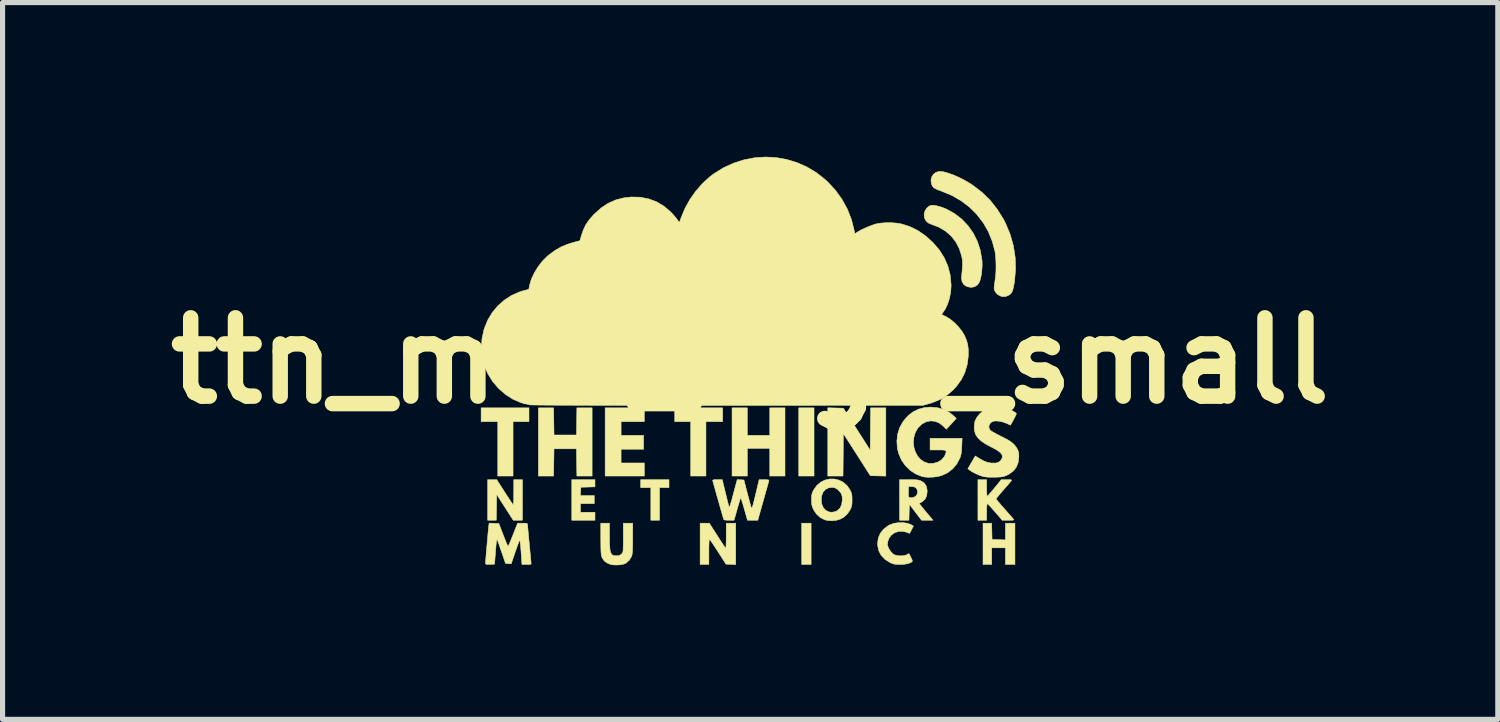
<source format=kicad_pcb>
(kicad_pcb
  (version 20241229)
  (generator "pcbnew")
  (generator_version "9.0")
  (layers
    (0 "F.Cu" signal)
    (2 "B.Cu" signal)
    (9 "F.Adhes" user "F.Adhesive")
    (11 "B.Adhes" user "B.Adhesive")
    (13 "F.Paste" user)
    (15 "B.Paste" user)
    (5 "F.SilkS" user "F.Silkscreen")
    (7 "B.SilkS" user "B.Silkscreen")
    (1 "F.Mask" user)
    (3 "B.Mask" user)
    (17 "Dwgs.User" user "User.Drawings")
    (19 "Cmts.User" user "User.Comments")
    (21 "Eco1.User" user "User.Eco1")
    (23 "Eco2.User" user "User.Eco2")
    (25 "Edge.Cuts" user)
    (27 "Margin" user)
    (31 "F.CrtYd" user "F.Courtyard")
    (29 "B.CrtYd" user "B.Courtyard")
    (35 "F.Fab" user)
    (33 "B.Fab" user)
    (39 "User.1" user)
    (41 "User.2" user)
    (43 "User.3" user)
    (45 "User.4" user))
  (footprint "ttn_muc_logo_small"
    (layer "F.Cu")
    (at 11.546 3.968)
    (property "Reference" "ttn_muc_logo_small" (at 0 0 0) (layer "F.SilkS") (effects (font (size 1.524 1.524) (thickness 0.3))))
    (attr through_hole)
    (fp_poly (pts (xy 1.185 3.965) (xy 1.002 3.965) (xy 1.002 3.161) (xy 1.185 3.161) (xy 1.185 3.965)) (stroke (width 0.01) (type solid)) (fill yes) (layer "F.SilkS"))
    (fp_poly (pts (xy 1.242 2.244) (xy 0.945 2.244) (xy 0.945 0.917) (xy 1.242 0.917) (xy 1.242 2.244)) (stroke (width 0.01) (type solid)) (fill yes) (layer "F.SilkS"))
    (fp_poly (pts (xy -4.304 1.185) (xy -4.614 1.185) (xy -4.614 2.244) (xy -4.911 2.244) (xy -4.911 1.185) (xy -5.235 1.185) (xy -5.235 0.917) (xy -4.304 0.917) (xy -4.304 1.185)) (stroke (width 0.01) (type solid)) (fill yes) (layer "F.SilkS"))
    (fp_poly (pts (xy -1.58 2.469) (xy -1.764 2.469) (xy -1.764 3.104) (xy -1.933 3.104) (xy -1.933 2.469) (xy -2.131 2.469) (xy -2.131 2.314) (xy -1.58 2.314) (xy -1.58 2.469)) (stroke (width 0.01) (type solid)) (fill yes) (layer "F.SilkS"))
    (fp_poly (pts (xy -0.536 1.185) (xy -0.861 1.185) (xy -0.861 2.244) (xy -1.157 2.244) (xy -1.157 1.185) (xy -1.468 1.185) (xy -1.468 0.917) (xy -0.536 0.917) (xy -0.536 1.185)) (stroke (width 0.01) (type solid)) (fill yes) (layer "F.SilkS"))
    (fp_poly (pts (xy -2.06 1.185) (xy -2.512 1.185) (xy -2.512 1.453) (xy -2.074 1.453) (xy -2.074 1.722) (xy -2.512 1.722) (xy -2.512 1.99) (xy -2.06 1.99) (xy -2.06 2.244) (xy -2.822 2.244) (xy -2.822 0.917) (xy -2.06 0.917) (xy -2.06 1.185)) (stroke (width 0.01) (type solid)) (fill yes) (layer "F.SilkS"))
    (fp_poly (pts (xy -0.056 1.453) (xy 0.381 1.453) (xy 0.381 0.917) (xy 0.677 0.917) (xy 0.677 2.244) (xy 0.381 2.244) (xy 0.381 1.707) (xy -0.056 1.707) (xy -0.056 2.244) (xy -0.353 2.244) (xy -0.353 0.917) (xy -0.056 0.917) (xy -0.056 1.453)) (stroke (width 0.01) (type solid)) (fill yes) (layer "F.SilkS"))
    (fp_poly (pts (xy -3.02 2.454) (xy -3.157 2.458) (xy -3.295 2.462) (xy -3.303 2.625) (xy -3.034 2.625) (xy -3.034 2.78) (xy -3.302 2.78) (xy -3.302 2.949) (xy -3.02 2.949) (xy -3.02 3.104) (xy -3.471 3.104) (xy -3.471 2.314) (xy -3.02 2.314) (xy -3.02 2.454)) (stroke (width 0.01) (type solid)) (fill yes) (layer "F.SilkS"))
    (fp_poly (pts (xy 4.702 3.32) (xy 4.706 3.478) (xy 4.967 3.487) (xy 4.967 3.161) (xy 5.151 3.161) (xy 5.151 3.965) (xy 4.967 3.965) (xy 4.967 3.641) (xy 4.699 3.641) (xy 4.699 3.965) (xy 4.53 3.965) (xy 4.53 3.161) (xy 4.698 3.161) (xy 4.702 3.32)) (stroke (width 0.01) (type solid)) (fill yes) (layer "F.SilkS"))
    (fp_poly (pts (xy -3.821 1.182) (xy -3.817 1.446) (xy -3.38 1.446) (xy -3.376 1.182) (xy -3.372 0.917) (xy -3.076 0.917) (xy -3.076 2.244) (xy -3.372 2.244) (xy -3.376 1.979) (xy -3.38 1.714) (xy -3.817 1.714) (xy -3.821 1.979) (xy -3.825 2.244) (xy -4.12 2.244) (xy -4.12 0.917) (xy -3.825 0.917) (xy -3.821 1.182)) (stroke (width 0.01) (type solid)) (fill yes) (layer "F.SilkS"))
    (fp_poly (pts (xy 1.661 0.92) (xy 1.812 0.924) (xy 2.074 1.333) (xy 2.335 1.742) (xy 2.339 1.33) (xy 2.343 0.917) (xy 2.639 0.917) (xy 2.639 2.245) (xy 2.488 2.241) (xy 2.337 2.237) (xy 2.075 1.827) (xy 1.813 1.418) (xy 1.81 1.831) (xy 1.806 2.244) (xy 1.51 2.244) (xy 1.51 0.916) (xy 1.661 0.92)) (stroke (width 0.01) (type solid)) (fill yes) (layer "F.SilkS"))
    (fp_poly (pts (xy -4.777 2.555) (xy -4.73 2.628) (xy -4.687 2.693) (xy -4.652 2.746) (xy -4.626 2.784) (xy -4.613 2.802) (xy -4.612 2.803) (xy -4.608 2.792) (xy -4.605 2.757) (xy -4.602 2.702) (xy -4.601 2.633) (xy -4.6 2.562) (xy -4.6 2.314) (xy -4.431 2.314) (xy -4.431 3.104) (xy -4.61 3.104) (xy -4.932 2.603) (xy -4.936 2.854) (xy -4.94 3.104) (xy -5.108 3.104) (xy -5.108 2.314) (xy -4.932 2.314) (xy -4.777 2.555)) (stroke (width 0.01) (type solid)) (fill yes) (layer "F.SilkS"))
    (fp_poly (pts (xy -0.641 3.402) (xy -0.594 3.476) (xy -0.551 3.541) (xy -0.516 3.594) (xy -0.491 3.631) (xy -0.477 3.649) (xy -0.476 3.65) (xy -0.473 3.639) (xy -0.47 3.604) (xy -0.468 3.549) (xy -0.466 3.479) (xy -0.466 3.409) (xy -0.466 3.161) (xy -0.282 3.161) (xy -0.282 3.967) (xy -0.377 3.962) (xy -0.471 3.958) (xy -0.627 3.715) (xy -0.675 3.642) (xy -0.717 3.577) (xy -0.753 3.525) (xy -0.779 3.489) (xy -0.792 3.472) (xy -0.794 3.472) (xy -0.797 3.485) (xy -0.8 3.522) (xy -0.802 3.578) (xy -0.804 3.649) (xy -0.804 3.718) (xy -0.804 3.965) (xy -0.974 3.965) (xy -0.974 3.161) (xy -0.796 3.161) (xy -0.641 3.402)) (stroke (width 0.01) (type solid)) (fill yes) (layer "F.SilkS"))
    (fp_poly (pts (xy 3.632 -3.013) (xy 3.706 -2.993) (xy 3.783 -2.965) (xy 3.816 -2.951) (xy 3.974 -2.864) (xy 4.115 -2.756) (xy 4.236 -2.629) (xy 4.338 -2.485) (xy 4.418 -2.327) (xy 4.475 -2.156) (xy 4.507 -1.974) (xy 4.511 -1.94) (xy 4.513 -1.85) (xy 4.507 -1.754) (xy 4.495 -1.661) (xy 4.477 -1.58) (xy 4.46 -1.53) (xy 4.422 -1.475) (xy 4.367 -1.44) (xy 4.302 -1.427) (xy 4.232 -1.438) (xy 4.209 -1.446) (xy 4.154 -1.484) (xy 4.122 -1.539) (xy 4.111 -1.61) (xy 4.113 -1.637) (xy 4.123 -1.739) (xy 4.129 -1.82) (xy 4.131 -1.883) (xy 4.13 -1.936) (xy 4.125 -1.983) (xy 4.116 -2.03) (xy 4.115 -2.034) (xy 4.068 -2.182) (xy 3.999 -2.314) (xy 3.908 -2.428) (xy 3.797 -2.524) (xy 3.667 -2.6) (xy 3.54 -2.648) (xy 3.467 -2.679) (xy 3.418 -2.724) (xy 3.389 -2.784) (xy 3.389 -2.785) (xy 3.384 -2.849) (xy 3.4 -2.912) (xy 3.433 -2.967) (xy 3.48 -3.007) (xy 3.522 -3.023) (xy 3.568 -3.024) (xy 3.632 -3.013)) (stroke (width 0.01) (type solid)) (fill yes) (layer "F.SilkS"))
    (fp_poly (pts (xy 3.17 2.315) (xy 3.228 2.317) (xy 3.269 2.322) (xy 3.3 2.33) (xy 3.328 2.342) (xy 3.331 2.343) (xy 3.389 2.383) (xy 3.425 2.437) (xy 3.441 2.508) (xy 3.443 2.548) (xy 3.433 2.631) (xy 3.403 2.694) (xy 3.35 2.742) (xy 3.337 2.75) (xy 3.307 2.766) (xy 3.29 2.775) (xy 3.29 2.776) (xy 3.296 2.787) (xy 3.318 2.816) (xy 3.352 2.859) (xy 3.396 2.912) (xy 3.421 2.942) (xy 3.557 3.104) (xy 3.334 3.104) (xy 3.216 2.949) (xy 3.097 2.793) (xy 3.089 3.104) (xy 2.907 3.104) (xy 2.907 2.589) (xy 3.078 2.589) (xy 3.079 2.629) (xy 3.082 2.648) (xy 3.102 2.664) (xy 3.137 2.668) (xy 3.177 2.66) (xy 3.214 2.641) (xy 3.225 2.632) (xy 3.254 2.586) (xy 3.257 2.534) (xy 3.236 2.485) (xy 3.234 2.483) (xy 3.206 2.46) (xy 3.164 2.451) (xy 3.146 2.45) (xy 3.083 2.448) (xy 3.079 2.539) (xy 3.078 2.589) (xy 2.907 2.589) (xy 2.907 2.314) (xy 3.091 2.314) (xy 3.17 2.315)) (stroke (width 0.01) (type solid)) (fill yes) (layer "F.SilkS"))
    (fp_poly (pts (xy -2.737 3.411) (xy -2.737 3.526) (xy -2.733 3.616) (xy -2.727 3.683) (xy -2.715 3.731) (xy -2.698 3.764) (xy -2.675 3.783) (xy -2.643 3.793) (xy -2.602 3.796) (xy -2.597 3.796) (xy -2.546 3.789) (xy -2.507 3.765) (xy -2.504 3.761) (xy -2.492 3.749) (xy -2.484 3.736) (xy -2.477 3.718) (xy -2.473 3.691) (xy -2.471 3.651) (xy -2.47 3.593) (xy -2.469 3.515) (xy -2.469 3.444) (xy -2.469 3.161) (xy -2.286 3.161) (xy -2.286 3.458) (xy -2.286 3.564) (xy -2.288 3.646) (xy -2.291 3.707) (xy -2.295 3.752) (xy -2.301 3.785) (xy -2.308 3.807) (xy -2.353 3.882) (xy -2.416 3.937) (xy -2.432 3.947) (xy -2.479 3.962) (xy -2.543 3.972) (xy -2.613 3.975) (xy -2.678 3.971) (xy -2.727 3.96) (xy -2.795 3.929) (xy -2.842 3.892) (xy -2.875 3.843) (xy -2.88 3.834) (xy -2.888 3.811) (xy -2.895 3.785) (xy -2.9 3.752) (xy -2.903 3.708) (xy -2.905 3.647) (xy -2.906 3.567) (xy -2.907 3.468) (xy -2.907 3.161) (xy -2.738 3.161) (xy -2.737 3.411)) (stroke (width 0.01) (type solid)) (fill yes) (layer "F.SilkS"))
    (fp_poly (pts (xy 3.06 3.163) (xy 3.131 3.19) (xy 3.143 3.197) (xy 3.175 3.218) (xy 3.14 3.288) (xy 3.119 3.327) (xy 3.104 3.352) (xy 3.099 3.358) (xy 3.084 3.354) (xy 3.053 3.341) (xy 3.043 3.337) (xy 2.962 3.318) (xy 2.879 3.323) (xy 2.802 3.352) (xy 2.745 3.394) (xy 2.703 3.45) (xy 2.678 3.515) (xy 2.671 3.579) (xy 2.674 3.598) (xy 2.695 3.652) (xy 2.73 3.707) (xy 2.772 3.753) (xy 2.805 3.776) (xy 2.86 3.792) (xy 2.927 3.797) (xy 2.993 3.792) (xy 3.046 3.776) (xy 3.046 3.776) (xy 3.09 3.753) (xy 3.127 3.827) (xy 3.147 3.868) (xy 3.155 3.892) (xy 3.152 3.907) (xy 3.138 3.919) (xy 3.081 3.945) (xy 2.999 3.961) (xy 2.906 3.965) (xy 2.843 3.963) (xy 2.795 3.956) (xy 2.748 3.939) (xy 2.712 3.922) (xy 2.619 3.862) (xy 2.548 3.786) (xy 2.501 3.697) (xy 2.48 3.596) (xy 2.478 3.556) (xy 2.492 3.452) (xy 2.532 3.358) (xy 2.596 3.277) (xy 2.683 3.211) (xy 2.714 3.194) (xy 2.792 3.165) (xy 2.882 3.151) (xy 2.974 3.15) (xy 3.06 3.163)) (stroke (width 0.01) (type solid)) (fill yes) (layer "F.SilkS"))
    (fp_poly (pts (xy 4.6 2.477) (xy 4.601 2.54) (xy 4.603 2.592) (xy 4.607 2.627) (xy 4.611 2.638) (xy 4.623 2.627) (xy 4.65 2.599) (xy 4.687 2.556) (xy 4.732 2.502) (xy 4.754 2.476) (xy 4.886 2.314) (xy 4.992 2.314) (xy 5.045 2.315) (xy 5.075 2.317) (xy 5.086 2.323) (xy 5.083 2.333) (xy 5.078 2.339) (xy 5.062 2.358) (xy 5.032 2.394) (xy 4.99 2.442) (xy 4.942 2.498) (xy 4.921 2.521) (xy 4.873 2.577) (xy 4.832 2.626) (xy 4.802 2.663) (xy 4.786 2.685) (xy 4.784 2.689) (xy 4.793 2.702) (xy 4.817 2.732) (xy 4.855 2.776) (xy 4.901 2.831) (xy 4.942 2.876) (xy 4.996 2.938) (xy 5.044 2.993) (xy 5.084 3.038) (xy 5.111 3.069) (xy 5.12 3.08) (xy 5.128 3.092) (xy 5.125 3.099) (xy 5.106 3.103) (xy 5.067 3.104) (xy 5.022 3.104) (xy 4.904 3.104) (xy 4.764 2.942) (xy 4.715 2.886) (xy 4.672 2.838) (xy 4.638 2.802) (xy 4.617 2.783) (xy 4.613 2.78) (xy 4.608 2.793) (xy 4.604 2.829) (xy 4.601 2.882) (xy 4.6 2.942) (xy 4.6 3.104) (xy 4.431 3.104) (xy 4.431 2.314) (xy 4.6 2.314) (xy 4.6 2.477)) (stroke (width 0.01) (type solid)) (fill yes) (layer "F.SilkS"))
    (fp_poly (pts (xy 1.639 2.302) (xy 1.729 2.324) (xy 1.813 2.367) (xy 1.886 2.432) (xy 1.944 2.517) (xy 1.964 2.559) (xy 1.975 2.598) (xy 1.981 2.644) (xy 1.982 2.708) (xy 1.982 2.709) (xy 1.981 2.774) (xy 1.975 2.821) (xy 1.964 2.859) (xy 1.945 2.9) (xy 1.892 2.979) (xy 1.827 3.04) (xy 1.764 3.077) (xy 1.687 3.103) (xy 1.598 3.114) (xy 1.508 3.109) (xy 1.45 3.095) (xy 1.363 3.051) (xy 1.289 2.983) (xy 1.232 2.896) (xy 1.211 2.848) (xy 1.199 2.804) (xy 1.194 2.753) (xy 1.193 2.704) (xy 1.383 2.704) (xy 1.393 2.79) (xy 1.423 2.86) (xy 1.47 2.912) (xy 1.532 2.942) (xy 1.587 2.949) (xy 1.658 2.936) (xy 1.695 2.917) (xy 1.747 2.868) (xy 1.779 2.802) (xy 1.792 2.717) (xy 1.792 2.701) (xy 1.789 2.641) (xy 1.777 2.598) (xy 1.76 2.568) (xy 1.706 2.507) (xy 1.646 2.472) (xy 1.599 2.464) (xy 1.523 2.474) (xy 1.461 2.507) (xy 1.416 2.561) (xy 1.389 2.634) (xy 1.383 2.704) (xy 1.193 2.704) (xy 1.193 2.702) (xy 1.194 2.64) (xy 1.201 2.595) (xy 1.214 2.555) (xy 1.235 2.514) (xy 1.296 2.428) (xy 1.371 2.365) (xy 1.455 2.322) (xy 1.546 2.301) (xy 1.639 2.302)) (stroke (width 0.01) (type solid)) (fill yes) (layer "F.SilkS"))
    (fp_poly (pts (xy 3.763 -3.675) (xy 3.85 -3.651) (xy 3.951 -3.615) (xy 4.059 -3.568) (xy 4.169 -3.512) (xy 4.276 -3.449) (xy 4.327 -3.416) (xy 4.507 -3.279) (xy 4.669 -3.12) (xy 4.81 -2.942) (xy 4.931 -2.746) (xy 4.967 -2.676) (xy 5.058 -2.459) (xy 5.121 -2.236) (xy 5.156 -2.009) (xy 5.163 -1.777) (xy 5.143 -1.543) (xy 5.142 -1.54) (xy 5.127 -1.45) (xy 5.111 -1.383) (xy 5.092 -1.335) (xy 5.068 -1.302) (xy 5.036 -1.278) (xy 5.018 -1.269) (xy 4.972 -1.25) (xy 4.936 -1.245) (xy 4.895 -1.251) (xy 4.874 -1.257) (xy 4.82 -1.285) (xy 4.776 -1.329) (xy 4.749 -1.381) (xy 4.748 -1.389) (xy 4.746 -1.425) (xy 4.751 -1.478) (xy 4.76 -1.536) (xy 4.761 -1.542) (xy 4.773 -1.623) (xy 4.781 -1.722) (xy 4.783 -1.831) (xy 4.781 -1.941) (xy 4.774 -2.041) (xy 4.764 -2.12) (xy 4.711 -2.321) (xy 4.634 -2.51) (xy 4.534 -2.685) (xy 4.411 -2.844) (xy 4.268 -2.987) (xy 4.105 -3.111) (xy 3.925 -3.215) (xy 3.727 -3.297) (xy 3.719 -3.3) (xy 3.646 -3.327) (xy 3.596 -3.351) (xy 3.562 -3.376) (xy 3.54 -3.407) (xy 3.525 -3.445) (xy 3.517 -3.514) (xy 3.533 -3.578) (xy 3.568 -3.63) (xy 3.619 -3.667) (xy 3.683 -3.683) (xy 3.692 -3.683) (xy 3.763 -3.675)) (stroke (width 0.01) (type solid)) (fill yes) (layer "F.SilkS"))
    (fp_poly (pts (xy 3.645 0.915) (xy 3.767 0.949) (xy 3.877 1.008) (xy 3.943 1.061) (xy 4.01 1.122) (xy 3.914 1.228) (xy 3.817 1.333) (xy 3.753 1.269) (xy 3.678 1.212) (xy 3.596 1.179) (xy 3.51 1.171) (xy 3.425 1.188) (xy 3.346 1.229) (xy 3.276 1.294) (xy 3.259 1.315) (xy 3.211 1.401) (xy 3.184 1.494) (xy 3.176 1.59) (xy 3.186 1.685) (xy 3.213 1.774) (xy 3.256 1.854) (xy 3.313 1.92) (xy 3.382 1.969) (xy 3.464 1.996) (xy 3.48 1.999) (xy 3.566 1.997) (xy 3.648 1.974) (xy 3.718 1.933) (xy 3.771 1.875) (xy 3.791 1.839) (xy 3.807 1.796) (xy 3.813 1.768) (xy 3.803 1.75) (xy 3.776 1.74) (xy 3.728 1.736) (xy 3.655 1.736) (xy 3.5 1.736) (xy 3.5 1.51) (xy 4.123 1.51) (xy 4.117 1.662) (xy 4.112 1.747) (xy 4.104 1.812) (xy 4.09 1.867) (xy 4.08 1.894) (xy 4.021 2.007) (xy 3.94 2.103) (xy 3.84 2.18) (xy 3.728 2.233) (xy 3.656 2.252) (xy 3.571 2.264) (xy 3.482 2.268) (xy 3.4 2.264) (xy 3.344 2.253) (xy 3.222 2.204) (xy 3.112 2.132) (xy 3.018 2.04) (xy 2.943 1.931) (xy 2.889 1.808) (xy 2.864 1.706) (xy 2.854 1.565) (xy 2.869 1.428) (xy 2.91 1.3) (xy 2.975 1.183) (xy 3.063 1.08) (xy 3.065 1.077) (xy 3.167 0.996) (xy 3.276 0.942) (xy 3.396 0.911) (xy 3.507 0.903) (xy 3.645 0.915)) (stroke (width 0.01) (type solid)) (fill yes) (layer "F.SilkS"))
    (fp_poly (pts (xy -4.984 3.164) (xy -4.89 3.168) (xy -4.805 3.39) (xy -4.776 3.463) (xy -4.751 3.527) (xy -4.73 3.575) (xy -4.716 3.605) (xy -4.711 3.612) (xy -4.703 3.6) (xy -4.687 3.565) (xy -4.665 3.513) (xy -4.638 3.447) (xy -4.614 3.387) (xy -4.525 3.161) (xy -4.429 3.161) (xy -4.377 3.162) (xy -4.348 3.166) (xy -4.335 3.174) (xy -4.332 3.186) (xy -4.331 3.206) (xy -4.327 3.25) (xy -4.321 3.315) (xy -4.314 3.395) (xy -4.305 3.488) (xy -4.297 3.577) (xy -4.287 3.676) (xy -4.279 3.766) (xy -4.272 3.842) (xy -4.266 3.902) (xy -4.263 3.941) (xy -4.262 3.955) (xy -4.274 3.96) (xy -4.308 3.964) (xy -4.351 3.965) (xy -4.441 3.965) (xy -4.45 3.828) (xy -4.458 3.713) (xy -4.465 3.625) (xy -4.471 3.561) (xy -4.477 3.519) (xy -4.482 3.498) (xy -4.488 3.495) (xy -4.495 3.512) (xy -4.51 3.55) (xy -4.531 3.606) (xy -4.555 3.675) (xy -4.574 3.729) (xy -4.65 3.952) (xy -4.705 3.948) (xy -4.76 3.944) (xy -4.838 3.718) (xy -4.864 3.643) (xy -4.886 3.578) (xy -4.905 3.528) (xy -4.916 3.496) (xy -4.92 3.487) (xy -4.926 3.484) (xy -4.932 3.495) (xy -4.937 3.522) (xy -4.943 3.569) (xy -4.949 3.638) (xy -4.956 3.726) (xy -4.974 3.958) (xy -5.062 3.962) (xy -5.114 3.963) (xy -5.142 3.959) (xy -5.151 3.948) (xy -5.15 3.926) (xy -5.146 3.881) (xy -5.141 3.817) (xy -5.135 3.739) (xy -5.127 3.653) (xy -5.119 3.562) (xy -5.111 3.473) (xy -5.104 3.389) (xy -5.097 3.315) (xy -5.091 3.256) (xy -5.087 3.217) (xy -5.086 3.206) (xy -5.078 3.16) (xy -4.984 3.164)) (stroke (width 0.01) (type solid)) (fill yes) (layer "F.SilkS"))
    (fp_poly (pts (xy -0.187 2.317) (xy -0.122 2.321) (xy -0.053 2.589) (xy -0.031 2.672) (xy -0.011 2.745) (xy 0.005 2.804) (xy 0.017 2.845) (xy 0.023 2.864) (xy 0.023 2.864) (xy 0.029 2.866) (xy 0.037 2.857) (xy 0.046 2.833) (xy 0.058 2.794) (xy 0.073 2.734) (xy 0.094 2.652) (xy 0.112 2.576) (xy 0.174 2.314) (xy 0.272 2.314) (xy 0.325 2.316) (xy 0.354 2.32) (xy 0.365 2.329) (xy 0.364 2.333) (xy 0.359 2.352) (xy 0.348 2.393) (xy 0.331 2.455) (xy 0.309 2.532) (xy 0.284 2.622) (xy 0.256 2.72) (xy 0.254 2.728) (xy 0.148 3.104) (xy -0.053 3.104) (xy -0.115 2.886) (xy -0.136 2.812) (xy -0.155 2.749) (xy -0.17 2.701) (xy -0.18 2.673) (xy -0.183 2.667) (xy -0.189 2.68) (xy -0.202 2.715) (xy -0.218 2.769) (xy -0.238 2.836) (xy -0.252 2.886) (xy -0.314 3.104) (xy -0.41 3.104) (xy -0.459 3.103) (xy -0.496 3.099) (xy -0.513 3.094) (xy -0.513 3.094) (xy -0.518 3.078) (xy -0.53 3.039) (xy -0.547 2.979) (xy -0.569 2.904) (xy -0.594 2.816) (xy -0.62 2.723) (xy -0.648 2.626) (xy -0.673 2.537) (xy -0.694 2.46) (xy -0.712 2.398) (xy -0.723 2.357) (xy -0.728 2.339) (xy -0.729 2.326) (xy -0.718 2.318) (xy -0.69 2.315) (xy -0.639 2.314) (xy -0.543 2.315) (xy -0.48 2.576) (xy -0.46 2.658) (xy -0.442 2.732) (xy -0.426 2.791) (xy -0.415 2.833) (xy -0.409 2.851) (xy -0.409 2.851) (xy -0.402 2.844) (xy -0.39 2.813) (xy -0.375 2.764) (xy -0.356 2.7) (xy -0.347 2.664) (xy -0.326 2.585) (xy -0.306 2.51) (xy -0.288 2.444) (xy -0.275 2.397) (xy -0.273 2.388) (xy -0.252 2.313) (xy -0.187 2.317)) (stroke (width 0.01) (type solid)) (fill yes) (layer "F.SilkS"))
    (fp_poly (pts (xy 4.896 0.906) (xy 4.995 0.931) (xy 5.062 0.956) (xy 5.118 0.983) (xy 5.158 1.007) (xy 5.178 1.027) (xy 5.179 1.032) (xy 5.172 1.05) (xy 5.155 1.086) (xy 5.131 1.133) (xy 5.122 1.15) (xy 5.065 1.254) (xy 4.989 1.219) (xy 4.917 1.193) (xy 4.841 1.176) (xy 4.773 1.172) (xy 4.735 1.177) (xy 4.686 1.2) (xy 4.655 1.238) (xy 4.643 1.283) (xy 4.654 1.329) (xy 4.674 1.356) (xy 4.699 1.373) (xy 4.743 1.399) (xy 4.801 1.431) (xy 4.866 1.464) (xy 4.875 1.468) (xy 4.971 1.517) (xy 5.044 1.559) (xy 5.1 1.599) (xy 5.143 1.64) (xy 5.178 1.686) (xy 5.189 1.705) (xy 5.211 1.747) (xy 5.223 1.787) (xy 5.227 1.837) (xy 5.227 1.87) (xy 5.215 1.977) (xy 5.179 2.069) (xy 5.119 2.146) (xy 5.036 2.207) (xy 4.995 2.228) (xy 4.956 2.244) (xy 4.917 2.255) (xy 4.872 2.262) (xy 4.811 2.265) (xy 4.755 2.267) (xy 4.649 2.267) (xy 4.568 2.26) (xy 4.525 2.252) (xy 4.459 2.228) (xy 4.387 2.197) (xy 4.321 2.163) (xy 4.272 2.131) (xy 4.271 2.13) (xy 4.235 2.102) (xy 4.308 1.977) (xy 4.38 1.853) (xy 4.454 1.9) (xy 4.539 1.948) (xy 4.615 1.978) (xy 4.692 1.992) (xy 4.779 1.992) (xy 4.832 1.976) (xy 4.876 1.94) (xy 4.903 1.892) (xy 4.905 1.883) (xy 4.905 1.847) (xy 4.888 1.812) (xy 4.853 1.776) (xy 4.797 1.737) (xy 4.717 1.692) (xy 4.682 1.675) (xy 4.579 1.62) (xy 4.501 1.567) (xy 4.442 1.514) (xy 4.399 1.458) (xy 4.386 1.435) (xy 4.364 1.366) (xy 4.358 1.283) (xy 4.369 1.197) (xy 4.375 1.173) (xy 4.406 1.109) (xy 4.457 1.043) (xy 4.522 0.984) (xy 4.593 0.938) (xy 4.596 0.936) (xy 4.685 0.907) (xy 4.787 0.897) (xy 4.896 0.906)) (stroke (width 0.01) (type solid)) (fill yes) (layer "F.SilkS"))
    (fp_poly (pts (xy 0.504 -3.952) (xy 0.709 -3.916) (xy 0.909 -3.855) (xy 1.102 -3.77) (xy 1.285 -3.661) (xy 1.456 -3.527) (xy 1.505 -3.482) (xy 1.657 -3.318) (xy 1.786 -3.14) (xy 1.891 -2.948) (xy 1.97 -2.746) (xy 2.018 -2.557) (xy 2.036 -2.469) (xy 2.08 -2.499) (xy 2.141 -2.535) (xy 2.22 -2.574) (xy 2.306 -2.611) (xy 2.388 -2.642) (xy 2.448 -2.661) (xy 2.54 -2.677) (xy 2.647 -2.685) (xy 2.76 -2.684) (xy 2.866 -2.675) (xy 2.94 -2.662) (xy 3.102 -2.611) (xy 3.254 -2.537) (xy 3.399 -2.439) (xy 3.54 -2.314) (xy 3.555 -2.299) (xy 3.678 -2.157) (xy 3.775 -2.004) (xy 3.846 -1.841) (xy 3.891 -1.668) (xy 3.908 -1.487) (xy 3.909 -1.456) (xy 3.901 -1.337) (xy 3.878 -1.218) (xy 3.843 -1.106) (xy 3.797 -1.007) (xy 3.744 -0.929) (xy 3.743 -0.928) (xy 3.728 -0.907) (xy 3.727 -0.899) (xy 3.741 -0.892) (xy 3.774 -0.875) (xy 3.817 -0.854) (xy 3.895 -0.805) (xy 3.977 -0.737) (xy 4.054 -0.657) (xy 4.121 -0.572) (xy 4.166 -0.498) (xy 4.207 -0.404) (xy 4.232 -0.315) (xy 4.244 -0.22) (xy 4.244 -0.11) (xy 4.244 -0.092) (xy 4.222 0.076) (xy 4.177 0.229) (xy 4.106 0.371) (xy 4.01 0.503) (xy 3.945 0.572) (xy 3.826 0.673) (xy 3.695 0.754) (xy 3.546 0.816) (xy 3.478 0.836) (xy 3.365 0.868) (xy -0.423 0.87) (xy -0.771 0.87) (xy -1.108 0.87) (xy -1.434 0.87) (xy -1.748 0.87) (xy -2.048 0.87) (xy -2.335 0.869) (xy -2.606 0.869) (xy -2.86 0.868) (xy -3.098 0.868) (xy -3.317 0.867) (xy -3.516 0.866) (xy -3.695 0.866) (xy -3.852 0.865) (xy -3.987 0.864) (xy -4.099 0.863) (xy -4.185 0.862) (xy -4.246 0.861) (xy -4.281 0.86) (xy -4.287 0.859) (xy -4.457 0.817) (xy -4.615 0.75) (xy -4.761 0.656) (xy -4.897 0.538) (xy -5.014 0.4) (xy -5.107 0.249) (xy -5.174 0.089) (xy -5.215 -0.079) (xy -5.23 -0.252) (xy -5.218 -0.429) (xy -5.179 -0.608) (xy -5.171 -0.632) (xy -5.106 -0.791) (xy -5.019 -0.937) (xy -4.91 -1.067) (xy -4.784 -1.178) (xy -4.643 -1.27) (xy -4.489 -1.338) (xy -4.407 -1.363) (xy -4.308 -1.388) (xy -4.291 -1.474) (xy -4.257 -1.588) (xy -4.201 -1.707) (xy -4.129 -1.826) (xy -4.044 -1.936) (xy -3.95 -2.031) (xy -3.921 -2.055) (xy -3.8 -2.144) (xy -3.679 -2.214) (xy -3.549 -2.268) (xy -3.424 -2.306) (xy -3.313 -2.335) (xy -3.282 -2.441) (xy -3.244 -2.551) (xy -3.197 -2.648) (xy -3.134 -2.739) (xy -3.053 -2.833) (xy -3.027 -2.859) (xy -2.895 -2.976) (xy -2.758 -3.066) (xy -2.611 -3.13) (xy -2.454 -3.17) (xy -2.314 -3.185) (xy -2.142 -3.181) (xy -1.979 -3.15) (xy -1.827 -3.094) (xy -1.687 -3.012) (xy -1.569 -2.915) (xy -1.519 -2.865) (xy -1.474 -2.815) (xy -1.438 -2.772) (xy -1.425 -2.753) (xy -1.403 -2.72) (xy -1.386 -2.699) (xy -1.381 -2.696) (xy -1.373 -2.708) (xy -1.359 -2.74) (xy -1.342 -2.786) (xy -1.341 -2.79) (xy -1.269 -2.964) (xy -1.174 -3.135) (xy -1.059 -3.299) (xy -0.928 -3.448) (xy -0.785 -3.579) (xy -0.706 -3.639) (xy -0.518 -3.755) (xy -0.321 -3.845) (xy -0.119 -3.909) (xy 0.088 -3.949) (xy 0.296 -3.963) (xy 0.504 -3.952)) (stroke (width 0.01) (type solid)) (fill yes) (layer "F.SilkS")))
  (gr_rect
    (start -3 -3)
    (end 26.092 10.947)
    (stroke (width 0.1) (type default))
    (fill no)
    (layer "Edge.Cuts")))
</source>
